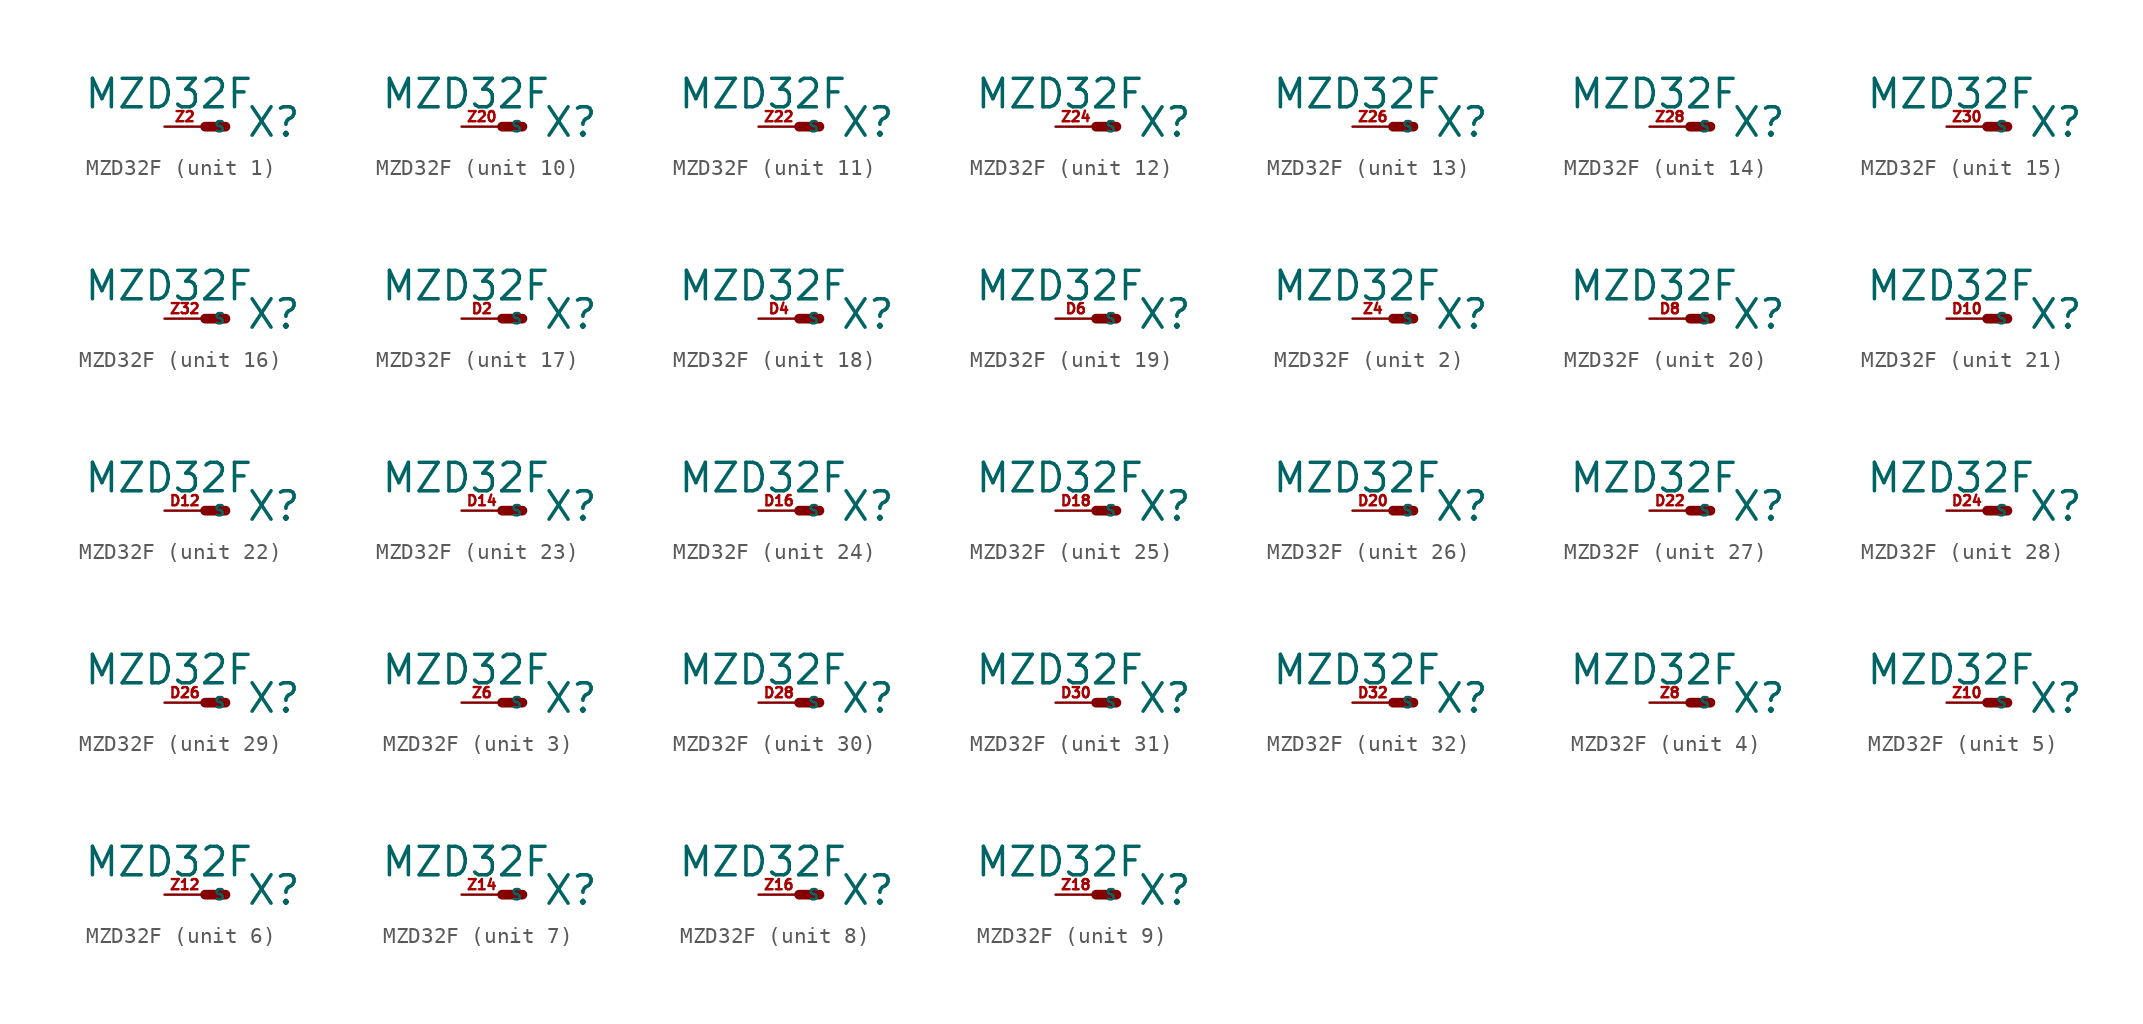
<source format=kicad_sym>
(kicad_symbol_lib
  (version 20220914)
  (generator Eagle2Kicad)
  (symbol "MZD32F"
    (property "Reference" "X"
      (at 2.54 -0.762 0)
      (effects (font (size 1.778 1.778) (thickness 0.22)) (justify left bottom)))
    (property "Value" "MZD32F"
      (at -7.62 1.016 0)
      (effects (font (size 1.778 1.778) (thickness 0.22)) (justify left bottom)))
    (symbol "MZD32F_1_0"
      (polyline (pts (xy 0 0) (xy 1.27 0)) (stroke (width 0.61) (type default)) (fill (type none)))
      (pin passive line (at -2.54 0 0) (length 2.54) (name "S" (effects (font (size 0.635 0.635) (thickness 0.08)) (justify left bottom))) (number "Z2" (effects (font (size 0.635 0.635) (thickness 0.08)) (justify left bottom)))))
    (symbol "MZD32F_2_0"
      (polyline (pts (xy 0 0) (xy 1.27 0)) (stroke (width 0.61) (type default)) (fill (type none)))
      (pin passive line (at -2.54 0 0) (length 2.54) (name "S" (effects (font (size 0.635 0.635) (thickness 0.08)) (justify left bottom))) (number "Z4" (effects (font (size 0.635 0.635) (thickness 0.08)) (justify left bottom)))))
    (symbol "MZD32F_3_0"
      (polyline (pts (xy 0 0) (xy 1.27 0)) (stroke (width 0.61) (type default)) (fill (type none)))
      (pin passive line (at -2.54 0 0) (length 2.54) (name "S" (effects (font (size 0.635 0.635) (thickness 0.08)) (justify left bottom))) (number "Z6" (effects (font (size 0.635 0.635) (thickness 0.08)) (justify left bottom)))))
    (symbol "MZD32F_4_0"
      (polyline (pts (xy 0 0) (xy 1.27 0)) (stroke (width 0.61) (type default)) (fill (type none)))
      (pin passive line (at -2.54 0 0) (length 2.54) (name "S" (effects (font (size 0.635 0.635) (thickness 0.08)) (justify left bottom))) (number "Z8" (effects (font (size 0.635 0.635) (thickness 0.08)) (justify left bottom)))))
    (symbol "MZD32F_5_0"
      (polyline (pts (xy 0 0) (xy 1.27 0)) (stroke (width 0.61) (type default)) (fill (type none)))
      (pin passive line (at -2.54 0 0) (length 2.54) (name "S" (effects (font (size 0.635 0.635) (thickness 0.08)) (justify left bottom))) (number "Z10" (effects (font (size 0.635 0.635) (thickness 0.08)) (justify left bottom)))))
    (symbol "MZD32F_6_0"
      (polyline (pts (xy 0 0) (xy 1.27 0)) (stroke (width 0.61) (type default)) (fill (type none)))
      (pin passive line (at -2.54 0 0) (length 2.54) (name "S" (effects (font (size 0.635 0.635) (thickness 0.08)) (justify left bottom))) (number "Z12" (effects (font (size 0.635 0.635) (thickness 0.08)) (justify left bottom)))))
    (symbol "MZD32F_7_0"
      (polyline (pts (xy 0 0) (xy 1.27 0)) (stroke (width 0.61) (type default)) (fill (type none)))
      (pin passive line (at -2.54 0 0) (length 2.54) (name "S" (effects (font (size 0.635 0.635) (thickness 0.08)) (justify left bottom))) (number "Z14" (effects (font (size 0.635 0.635) (thickness 0.08)) (justify left bottom)))))
    (symbol "MZD32F_8_0"
      (polyline (pts (xy 0 0) (xy 1.27 0)) (stroke (width 0.61) (type default)) (fill (type none)))
      (pin passive line (at -2.54 0 0) (length 2.54) (name "S" (effects (font (size 0.635 0.635) (thickness 0.08)) (justify left bottom))) (number "Z16" (effects (font (size 0.635 0.635) (thickness 0.08)) (justify left bottom)))))
    (symbol "MZD32F_9_0"
      (polyline (pts (xy 0 0) (xy 1.27 0)) (stroke (width 0.61) (type default)) (fill (type none)))
      (pin passive line (at -2.54 0 0) (length 2.54) (name "S" (effects (font (size 0.635 0.635) (thickness 0.08)) (justify left bottom))) (number "Z18" (effects (font (size 0.635 0.635) (thickness 0.08)) (justify left bottom)))))
    (symbol "MZD32F_10_0"
      (polyline (pts (xy 0 0) (xy 1.27 0)) (stroke (width 0.61) (type default)) (fill (type none)))
      (pin passive line (at -2.54 0 0) (length 2.54) (name "S" (effects (font (size 0.635 0.635) (thickness 0.08)) (justify left bottom))) (number "Z20" (effects (font (size 0.635 0.635) (thickness 0.08)) (justify left bottom)))))
    (symbol "MZD32F_11_0"
      (polyline (pts (xy 0 0) (xy 1.27 0)) (stroke (width 0.61) (type default)) (fill (type none)))
      (pin passive line (at -2.54 0 0) (length 2.54) (name "S" (effects (font (size 0.635 0.635) (thickness 0.08)) (justify left bottom))) (number "Z22" (effects (font (size 0.635 0.635) (thickness 0.08)) (justify left bottom)))))
    (symbol "MZD32F_12_0"
      (polyline (pts (xy 0 0) (xy 1.27 0)) (stroke (width 0.61) (type default)) (fill (type none)))
      (pin passive line (at -2.54 0 0) (length 2.54) (name "S" (effects (font (size 0.635 0.635) (thickness 0.08)) (justify left bottom))) (number "Z24" (effects (font (size 0.635 0.635) (thickness 0.08)) (justify left bottom)))))
    (symbol "MZD32F_13_0"
      (polyline (pts (xy 0 0) (xy 1.27 0)) (stroke (width 0.61) (type default)) (fill (type none)))
      (pin passive line (at -2.54 0 0) (length 2.54) (name "S" (effects (font (size 0.635 0.635) (thickness 0.08)) (justify left bottom))) (number "Z26" (effects (font (size 0.635 0.635) (thickness 0.08)) (justify left bottom)))))
    (symbol "MZD32F_14_0"
      (polyline (pts (xy 0 0) (xy 1.27 0)) (stroke (width 0.61) (type default)) (fill (type none)))
      (pin passive line (at -2.54 0 0) (length 2.54) (name "S" (effects (font (size 0.635 0.635) (thickness 0.08)) (justify left bottom))) (number "Z28" (effects (font (size 0.635 0.635) (thickness 0.08)) (justify left bottom)))))
    (symbol "MZD32F_15_0"
      (polyline (pts (xy 0 0) (xy 1.27 0)) (stroke (width 0.61) (type default)) (fill (type none)))
      (pin passive line (at -2.54 0 0) (length 2.54) (name "S" (effects (font (size 0.635 0.635) (thickness 0.08)) (justify left bottom))) (number "Z30" (effects (font (size 0.635 0.635) (thickness 0.08)) (justify left bottom)))))
    (symbol "MZD32F_16_0"
      (polyline (pts (xy 0 0) (xy 1.27 0)) (stroke (width 0.61) (type default)) (fill (type none)))
      (pin passive line (at -2.54 0 0) (length 2.54) (name "S" (effects (font (size 0.635 0.635) (thickness 0.08)) (justify left bottom))) (number "Z32" (effects (font (size 0.635 0.635) (thickness 0.08)) (justify left bottom)))))
    (symbol "MZD32F_17_0"
      (polyline (pts (xy 0 0) (xy 1.27 0)) (stroke (width 0.61) (type default)) (fill (type none)))
      (pin passive line (at -2.54 0 0) (length 2.54) (name "S" (effects (font (size 0.635 0.635) (thickness 0.08)) (justify left bottom))) (number "D2" (effects (font (size 0.635 0.635) (thickness 0.08)) (justify left bottom)))))
    (symbol "MZD32F_18_0"
      (polyline (pts (xy 0 0) (xy 1.27 0)) (stroke (width 0.61) (type default)) (fill (type none)))
      (pin passive line (at -2.54 0 0) (length 2.54) (name "S" (effects (font (size 0.635 0.635) (thickness 0.08)) (justify left bottom))) (number "D4" (effects (font (size 0.635 0.635) (thickness 0.08)) (justify left bottom)))))
    (symbol "MZD32F_19_0"
      (polyline (pts (xy 0 0) (xy 1.27 0)) (stroke (width 0.61) (type default)) (fill (type none)))
      (pin passive line (at -2.54 0 0) (length 2.54) (name "S" (effects (font (size 0.635 0.635) (thickness 0.08)) (justify left bottom))) (number "D6" (effects (font (size 0.635 0.635) (thickness 0.08)) (justify left bottom)))))
    (symbol "MZD32F_20_0"
      (polyline (pts (xy 0 0) (xy 1.27 0)) (stroke (width 0.61) (type default)) (fill (type none)))
      (pin passive line (at -2.54 0 0) (length 2.54) (name "S" (effects (font (size 0.635 0.635) (thickness 0.08)) (justify left bottom))) (number "D8" (effects (font (size 0.635 0.635) (thickness 0.08)) (justify left bottom)))))
    (symbol "MZD32F_21_0"
      (polyline (pts (xy 0 0) (xy 1.27 0)) (stroke (width 0.61) (type default)) (fill (type none)))
      (pin passive line (at -2.54 0 0) (length 2.54) (name "S" (effects (font (size 0.635 0.635) (thickness 0.08)) (justify left bottom))) (number "D10" (effects (font (size 0.635 0.635) (thickness 0.08)) (justify left bottom)))))
    (symbol "MZD32F_22_0"
      (polyline (pts (xy 0 0) (xy 1.27 0)) (stroke (width 0.61) (type default)) (fill (type none)))
      (pin passive line (at -2.54 0 0) (length 2.54) (name "S" (effects (font (size 0.635 0.635) (thickness 0.08)) (justify left bottom))) (number "D12" (effects (font (size 0.635 0.635) (thickness 0.08)) (justify left bottom)))))
    (symbol "MZD32F_23_0"
      (polyline (pts (xy 0 0) (xy 1.27 0)) (stroke (width 0.61) (type default)) (fill (type none)))
      (pin passive line (at -2.54 0 0) (length 2.54) (name "S" (effects (font (size 0.635 0.635) (thickness 0.08)) (justify left bottom))) (number "D14" (effects (font (size 0.635 0.635) (thickness 0.08)) (justify left bottom)))))
    (symbol "MZD32F_24_0"
      (polyline (pts (xy 0 0) (xy 1.27 0)) (stroke (width 0.61) (type default)) (fill (type none)))
      (pin passive line (at -2.54 0 0) (length 2.54) (name "S" (effects (font (size 0.635 0.635) (thickness 0.08)) (justify left bottom))) (number "D16" (effects (font (size 0.635 0.635) (thickness 0.08)) (justify left bottom)))))
    (symbol "MZD32F_25_0"
      (polyline (pts (xy 0 0) (xy 1.27 0)) (stroke (width 0.61) (type default)) (fill (type none)))
      (pin passive line (at -2.54 0 0) (length 2.54) (name "S" (effects (font (size 0.635 0.635) (thickness 0.08)) (justify left bottom))) (number "D18" (effects (font (size 0.635 0.635) (thickness 0.08)) (justify left bottom)))))
    (symbol "MZD32F_26_0"
      (polyline (pts (xy 0 0) (xy 1.27 0)) (stroke (width 0.61) (type default)) (fill (type none)))
      (pin passive line (at -2.54 0 0) (length 2.54) (name "S" (effects (font (size 0.635 0.635) (thickness 0.08)) (justify left bottom))) (number "D20" (effects (font (size 0.635 0.635) (thickness 0.08)) (justify left bottom)))))
    (symbol "MZD32F_27_0"
      (polyline (pts (xy 0 0) (xy 1.27 0)) (stroke (width 0.61) (type default)) (fill (type none)))
      (pin passive line (at -2.54 0 0) (length 2.54) (name "S" (effects (font (size 0.635 0.635) (thickness 0.08)) (justify left bottom))) (number "D22" (effects (font (size 0.635 0.635) (thickness 0.08)) (justify left bottom)))))
    (symbol "MZD32F_28_0"
      (polyline (pts (xy 0 0) (xy 1.27 0)) (stroke (width 0.61) (type default)) (fill (type none)))
      (pin passive line (at -2.54 0 0) (length 2.54) (name "S" (effects (font (size 0.635 0.635) (thickness 0.08)) (justify left bottom))) (number "D24" (effects (font (size 0.635 0.635) (thickness 0.08)) (justify left bottom)))))
    (symbol "MZD32F_29_0"
      (polyline (pts (xy 0 0) (xy 1.27 0)) (stroke (width 0.61) (type default)) (fill (type none)))
      (pin passive line (at -2.54 0 0) (length 2.54) (name "S" (effects (font (size 0.635 0.635) (thickness 0.08)) (justify left bottom))) (number "D26" (effects (font (size 0.635 0.635) (thickness 0.08)) (justify left bottom)))))
    (symbol "MZD32F_30_0"
      (polyline (pts (xy 0 0) (xy 1.27 0)) (stroke (width 0.61) (type default)) (fill (type none)))
      (pin passive line (at -2.54 0 0) (length 2.54) (name "S" (effects (font (size 0.635 0.635) (thickness 0.08)) (justify left bottom))) (number "D28" (effects (font (size 0.635 0.635) (thickness 0.08)) (justify left bottom)))))
    (symbol "MZD32F_31_0"
      (polyline (pts (xy 0 0) (xy 1.27 0)) (stroke (width 0.61) (type default)) (fill (type none)))
      (pin passive line (at -2.54 0 0) (length 2.54) (name "S" (effects (font (size 0.635 0.635) (thickness 0.08)) (justify left bottom))) (number "D30" (effects (font (size 0.635 0.635) (thickness 0.08)) (justify left bottom)))))
    (symbol "MZD32F_32_0"
      (polyline (pts (xy 0 0) (xy 1.27 0)) (stroke (width 0.61) (type default)) (fill (type none)))
      (pin passive line (at -2.54 0 0) (length 2.54) (name "S" (effects (font (size 0.635 0.635) (thickness 0.08)) (justify left bottom))) (number "D32" (effects (font (size 0.635 0.635) (thickness 0.08)) (justify left bottom)))))))
</source>
